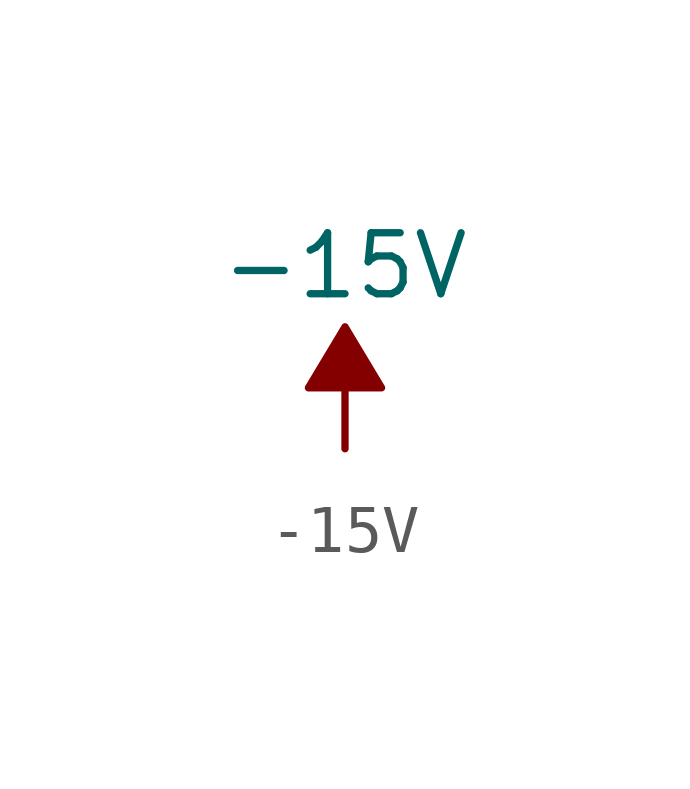
<source format=kicad_sym>
(kicad_symbol_lib
  (version 20231120)
  (generator "kicad_symbol_editor")
  (generator_version "8.0")
  (symbol "-15V"
    (power)
    (pin_numbers hide)
    (pin_names
      (offset 0) hide)
    (property "Reference" "#PWR"
      (at 0 2.54 0)
      (effects (font (size 1.27 1.27)) (hide yes)))
    (property "Value" "-15V"
      (at 0 3.81 0)
      (effects (font (size 1.27 1.27))))
    (symbol "-15V_0_0"
      (pin power_in line (at 0 0 90) (length 0) hide (name "-15V" (effects (font (size 1.27 1.27)))) (number "1" (effects (font (size 1.27 1.27))))))
    (symbol "-15V_0_1"
      (polyline (pts (xy 0 0) (xy 0 1.27) (xy 0.762 1.27) (xy 0 2.54) (xy -0.762 1.27) (xy 0 1.27)) (stroke (width 0) (type default)) (fill (type outline))))))
</source>
